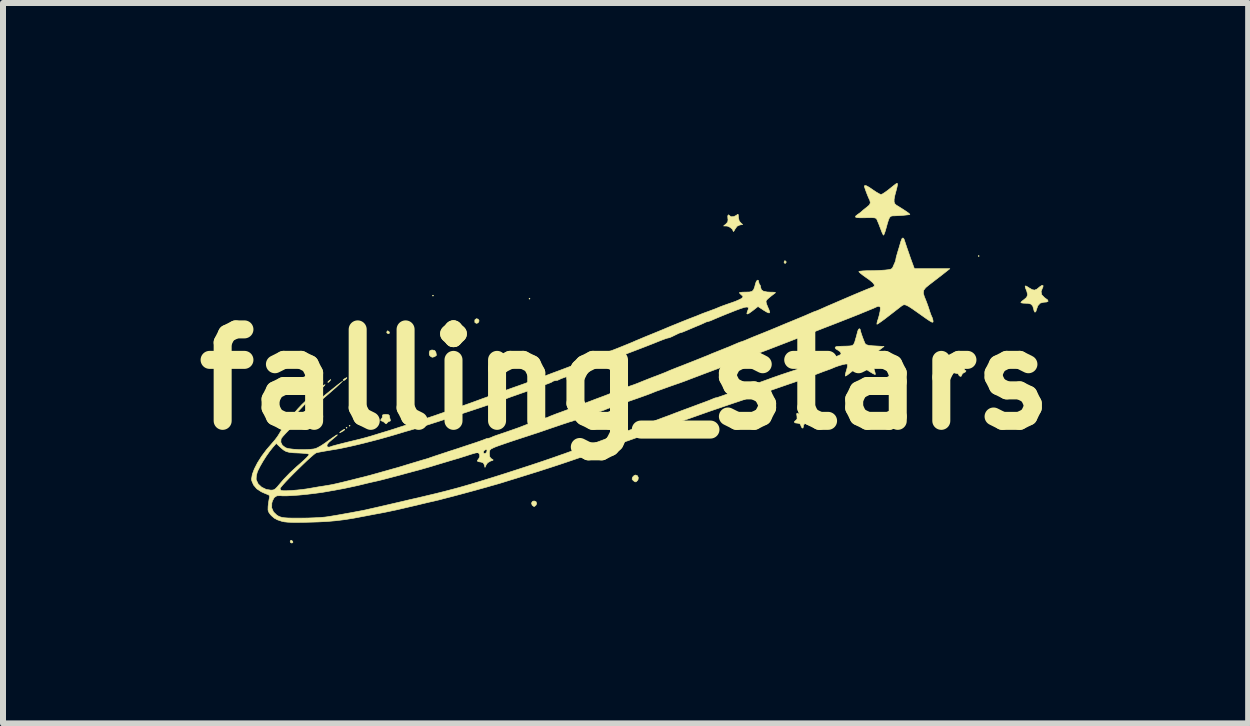
<source format=kicad_pcb>
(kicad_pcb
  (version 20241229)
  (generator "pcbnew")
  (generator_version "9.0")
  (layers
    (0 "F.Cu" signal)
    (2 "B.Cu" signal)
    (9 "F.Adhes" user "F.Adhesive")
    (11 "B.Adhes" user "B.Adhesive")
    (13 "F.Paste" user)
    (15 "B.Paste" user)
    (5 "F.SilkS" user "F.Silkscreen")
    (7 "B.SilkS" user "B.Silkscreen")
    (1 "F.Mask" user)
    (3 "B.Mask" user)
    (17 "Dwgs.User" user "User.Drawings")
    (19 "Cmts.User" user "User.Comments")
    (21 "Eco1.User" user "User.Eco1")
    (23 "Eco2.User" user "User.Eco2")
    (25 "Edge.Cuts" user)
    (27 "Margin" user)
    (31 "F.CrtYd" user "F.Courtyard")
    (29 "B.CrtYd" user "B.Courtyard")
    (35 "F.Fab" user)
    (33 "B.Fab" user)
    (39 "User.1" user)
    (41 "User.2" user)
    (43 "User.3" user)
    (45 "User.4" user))
  (footprint "falling_stars"
    (layer "F.Cu")
    (at 7.373 3.273)
    (property "Reference" "falling_stars" (at 0 0 0) (layer "F.SilkS") (effects (font (size 1.524 1.524) (thickness 0.3))))
    (attr through_hole)
    (fp_poly (pts (xy -5.215 0.279) (xy -5.224 0.288) (xy -5.232 0.279) (xy -5.224 0.271) (xy -5.215 0.279)) (stroke (width 0.01) (type solid)) (fill yes) (layer "F.SilkS"))
    (fp_poly (pts (xy -4.64 0.804) (xy -4.648 0.813) (xy -4.657 0.804) (xy -4.648 0.796) (xy -4.64 0.804)) (stroke (width 0.01) (type solid)) (fill yes) (layer "F.SilkS"))
    (fp_poly (pts (xy -4.589 -0.059) (xy -4.597 -0.051) (xy -4.606 -0.059) (xy -4.597 -0.068) (xy -4.589 -0.059)) (stroke (width 0.01) (type solid)) (fill yes) (layer "F.SilkS"))
    (fp_poly (pts (xy -4.589 0.77) (xy -4.597 0.779) (xy -4.606 0.77) (xy -4.597 0.762) (xy -4.589 0.77)) (stroke (width 0.01) (type solid)) (fill yes) (layer "F.SilkS"))
    (fp_poly (pts (xy -3.2 -1.397) (xy -3.209 -1.389) (xy -3.217 -1.397) (xy -3.209 -1.405) (xy -3.2 -1.397)) (stroke (width 0.01) (type solid)) (fill yes) (layer "F.SilkS"))
    (fp_poly (pts (xy -1.592 -1.346) (xy -1.6 -1.338) (xy -1.609 -1.346) (xy -1.6 -1.355) (xy -1.592 -1.346)) (stroke (width 0.01) (type solid)) (fill yes) (layer "F.SilkS"))
    (fp_poly (pts (xy 5.893 -2.057) (xy 5.884 -2.049) (xy 5.876 -2.057) (xy 5.884 -2.066) (xy 5.893 -2.057)) (stroke (width 0.01) (type solid)) (fill yes) (layer "F.SilkS"))
    (fp_poly (pts (xy -5.546 2.696) (xy -5.543 2.716) (xy -5.561 2.726) (xy -5.585 2.713) (xy -5.588 2.699) (xy -5.578 2.68) (xy -5.568 2.679) (xy -5.546 2.696)) (stroke (width 0.01) (type solid)) (fill yes) (layer "F.SilkS"))
    (fp_poly (pts (xy -3.937 -0.792) (xy -3.934 -0.772) (xy -3.953 -0.762) (xy -3.976 -0.776) (xy -3.979 -0.789) (xy -3.969 -0.809) (xy -3.959 -0.809) (xy -3.937 -0.792)) (stroke (width 0.01) (type solid)) (fill yes) (layer "F.SilkS"))
    (fp_poly (pts (xy -4.916 0.009) (xy -4.925 0.021) (xy -4.95 0.047) (xy -4.961 0.047) (xy -4.961 0.044) (xy -4.95 0.03) (xy -4.932 0.015) (xy -4.912 0.000128) (xy -4.916 0.009)) (stroke (width 0.01) (type solid)) (fill yes) (layer "F.SilkS"))
    (fp_poly (pts (xy -4.644 -0.025) (xy -4.655 -0.011) (xy -4.68 0.011) (xy -4.701 0.017) (xy -4.707 0.009) (xy -4.694 -0.004) (xy -4.669 -0.019) (xy -4.644 -0.032) (xy -4.644 -0.025)) (stroke (width 0.01) (type solid)) (fill yes) (layer "F.SilkS"))
    (fp_poly (pts (xy 2.677 -1.96) (xy 2.678 -1.956) (xy 2.665 -1.936) (xy 2.66 -1.934) (xy 2.644 -1.942) (xy 2.642 -1.956) (xy 2.65 -1.977) (xy 2.66 -1.978) (xy 2.677 -1.96)) (stroke (width 0.01) (type solid)) (fill yes) (layer "F.SilkS"))
    (fp_poly (pts (xy -4.679 0.837) (xy -4.701 0.855) (xy -4.745 0.88) (xy -4.75 0.882) (xy -4.765 0.888) (xy -4.752 0.874) (xy -4.741 0.865) (xy -4.707 0.841) (xy -4.683 0.83) (xy -4.682 0.83) (xy -4.679 0.837)) (stroke (width 0.01) (type solid)) (fill yes) (layer "F.SilkS"))
    (fp_poly (pts (xy -2.456 -1.005) (xy -2.441 -0.981) (xy -2.442 -0.97) (xy -2.458 -0.943) (xy -2.485 -0.935) (xy -2.508 -0.948) (xy -2.511 -0.953) (xy -2.511 -0.988) (xy -2.506 -0.999) (xy -2.483 -1.013) (xy -2.456 -1.005)) (stroke (width 0.01) (type solid)) (fill yes) (layer "F.SilkS"))
    (fp_poly (pts (xy -1.492 2.036) (xy -1.481 2.066) (xy -1.491 2.092) (xy -1.514 2.113) (xy -1.524 2.117) (xy -1.544 2.105) (xy -1.557 2.092) (xy -1.567 2.06) (xy -1.551 2.032) (xy -1.524 2.024) (xy -1.492 2.036)) (stroke (width 0.01) (type solid)) (fill yes) (layer "F.SilkS"))
    (fp_poly (pts (xy 0.199 1.605) (xy 0.213 1.637) (xy 0.207 1.672) (xy 0.197 1.685) (xy 0.175 1.705) (xy 0.158 1.705) (xy 0.13 1.686) (xy 0.109 1.661) (xy 0.116 1.631) (xy 0.118 1.627) (xy 0.145 1.599) (xy 0.169 1.592) (xy 0.199 1.605)) (stroke (width 0.01) (type solid)) (fill yes) (layer "F.SilkS"))
    (fp_poly (pts (xy -5.012 0.095) (xy -5.037 0.121) (xy -5.077 0.159) (xy -5.08 0.161) (xy -5.125 0.199) (xy -5.16 0.227) (xy -5.177 0.237) (xy -5.172 0.227) (xy -5.146 0.2) (xy -5.106 0.163) (xy -5.105 0.162) (xy -5.06 0.123) (xy -5.025 0.096) (xy -5.007 0.085) (xy -5.012 0.095)) (stroke (width 0.01) (type solid)) (fill yes) (layer "F.SilkS"))
    (fp_poly (pts (xy -3.18 -0.483) (xy -3.161 -0.454) (xy -3.159 -0.447) (xy -3.153 -0.413) (xy -3.153 -0.4) (xy -3.169 -0.389) (xy -3.183 -0.379) (xy -3.219 -0.37) (xy -3.243 -0.38) (xy -3.269 -0.408) (xy -3.271 -0.445) (xy -3.261 -0.479) (xy -3.234 -0.49) (xy -3.218 -0.491) (xy -3.18 -0.483)) (stroke (width 0.01) (type solid)) (fill yes) (layer "F.SilkS"))
    (fp_poly (pts (xy -3.954 0.585) (xy -3.936 0.6) (xy -3.935 0.608) (xy -3.927 0.647) (xy -3.921 0.665) (xy -3.918 0.69) (xy -3.929 0.694) (xy -3.956 0.707) (xy -3.97 0.721) (xy -3.988 0.739) (xy -4.005 0.73) (xy -4.012 0.721) (xy -4.041 0.699) (xy -4.058 0.694) (xy -4.079 0.684) (xy -4.075 0.663) (xy -4.063 0.651) (xy -4.05 0.627) (xy -4.051 0.612) (xy -4.049 0.592) (xy -4.024 0.584) (xy -3.997 0.582) (xy -3.954 0.585)) (stroke (width 0.01) (type solid)) (fill yes) (layer "F.SilkS"))
    (fp_poly (pts (xy 5.637 -0.233) (xy 5.639 -0.204) (xy 5.644 -0.168) (xy 5.655 -0.152) (xy 5.656 -0.152) (xy 5.673 -0.145) (xy 5.666 -0.128) (xy 5.641 -0.114) (xy 5.639 -0.114) (xy 5.611 -0.095) (xy 5.605 -0.078) (xy 5.592 -0.054) (xy 5.58 -0.051) (xy 5.557 -0.064) (xy 5.554 -0.076) (xy 5.539 -0.097) (xy 5.512 -0.102) (xy 5.478 -0.109) (xy 5.471 -0.127) (xy 5.493 -0.146) (xy 5.496 -0.147) (xy 5.515 -0.167) (xy 5.512 -0.198) (xy 5.509 -0.228) (xy 5.523 -0.233) (xy 5.536 -0.229) (xy 5.578 -0.228) (xy 5.604 -0.237) (xy 5.628 -0.246) (xy 5.637 -0.233)) (stroke (width 0.01) (type solid)) (fill yes) (layer "F.SilkS"))
    (fp_poly (pts (xy 1.878 -2.747) (xy 1.88 -2.712) (xy 1.88 -2.706) (xy 1.893 -2.644) (xy 1.915 -2.615) (xy 1.951 -2.582) (xy 1.903 -2.574) (xy 1.858 -2.553) (xy 1.825 -2.506) (xy 1.807 -2.474) (xy 1.797 -2.465) (xy 1.796 -2.468) (xy 1.78 -2.503) (xy 1.743 -2.535) (xy 1.699 -2.555) (xy 1.681 -2.557) (xy 1.634 -2.558) (xy 1.674 -2.592) (xy 1.702 -2.623) (xy 1.708 -2.66) (xy 1.705 -2.684) (xy 1.703 -2.725) (xy 1.713 -2.744) (xy 1.73 -2.734) (xy 1.736 -2.726) (xy 1.763 -2.711) (xy 1.803 -2.714) (xy 1.843 -2.733) (xy 1.849 -2.737) (xy 1.869 -2.753) (xy 1.878 -2.747)) (stroke (width 0.01) (type solid)) (fill yes) (layer "F.SilkS"))
    (fp_poly (pts (xy 3.012 0.557) (xy 3.014 0.59) (xy 3.014 0.599) (xy 3.025 0.652) (xy 3.052 0.683) (xy 3.09 0.709) (xy 3.047 0.71) (xy 2.996 0.724) (xy 2.967 0.758) (xy 2.963 0.782) (xy 2.957 0.809) (xy 2.942 0.808) (xy 2.926 0.782) (xy 2.923 0.77) (xy 2.907 0.739) (xy 2.873 0.728) (xy 2.861 0.728) (xy 2.822 0.722) (xy 2.812 0.705) (xy 2.834 0.683) (xy 2.839 0.68) (xy 2.858 0.658) (xy 2.857 0.617) (xy 2.856 0.612) (xy 2.851 0.572) (xy 2.86 0.561) (xy 2.89 0.573) (xy 2.898 0.577) (xy 2.933 0.585) (xy 2.972 0.569) (xy 2.973 0.568) (xy 3.001 0.552) (xy 3.012 0.557)) (stroke (width 0.01) (type solid)) (fill yes) (layer "F.SilkS"))
    (fp_poly (pts (xy 6.957 -1.565) (xy 6.955 -1.54) (xy 6.946 -1.523) (xy 6.924 -1.464) (xy 6.935 -1.411) (xy 6.98 -1.364) (xy 6.993 -1.355) (xy 7.033 -1.325) (xy 7.041 -1.303) (xy 7.016 -1.291) (xy 6.966 -1.287) (xy 6.909 -1.272) (xy 6.87 -1.229) (xy 6.85 -1.173) (xy 6.836 -1.13) (xy 6.821 -1.121) (xy 6.807 -1.145) (xy 6.801 -1.171) (xy 6.784 -1.226) (xy 6.755 -1.256) (xy 6.706 -1.269) (xy 6.67 -1.27) (xy 6.622 -1.272) (xy 6.592 -1.278) (xy 6.587 -1.283) (xy 6.6 -1.3) (xy 6.631 -1.325) (xy 6.638 -1.329) (xy 6.683 -1.368) (xy 6.699 -1.41) (xy 6.688 -1.464) (xy 6.681 -1.482) (xy 6.661 -1.534) (xy 6.659 -1.558) (xy 6.677 -1.556) (xy 6.718 -1.531) (xy 6.726 -1.525) (xy 6.777 -1.496) (xy 6.816 -1.489) (xy 6.856 -1.506) (xy 6.904 -1.546) (xy 6.938 -1.568) (xy 6.957 -1.565)) (stroke (width 0.01) (type solid)) (fill yes) (layer "F.SilkS"))
    (fp_poly (pts (xy 4.527 -3.267) (xy 4.53 -3.264) (xy 4.531 -3.245) (xy 4.523 -3.203) (xy 4.511 -3.156) (xy 4.487 -3.066) (xy 4.475 -3.002) (xy 4.475 -2.959) (xy 4.486 -2.929) (xy 4.509 -2.907) (xy 4.515 -2.903) (xy 4.604 -2.848) (xy 4.673 -2.803) (xy 4.718 -2.771) (xy 4.737 -2.753) (xy 4.737 -2.75) (xy 4.717 -2.745) (xy 4.673 -2.74) (xy 4.613 -2.734) (xy 4.546 -2.73) (xy 4.483 -2.727) (xy 4.468 -2.727) (xy 4.439 -2.725) (xy 4.417 -2.717) (xy 4.399 -2.698) (xy 4.383 -2.662) (xy 4.364 -2.603) (xy 4.341 -2.519) (xy 4.324 -2.462) (xy 4.309 -2.421) (xy 4.3 -2.405) (xy 4.299 -2.405) (xy 4.288 -2.419) (xy 4.271 -2.456) (xy 4.26 -2.485) (xy 4.22 -2.59) (xy 4.189 -2.663) (xy 4.183 -2.675) (xy 4.17 -2.687) (xy 4.145 -2.694) (xy 4.099 -2.697) (xy 4.027 -2.696) (xy 3.998 -2.695) (xy 3.912 -2.694) (xy 3.857 -2.697) (xy 3.832 -2.706) (xy 3.834 -2.722) (xy 3.862 -2.745) (xy 3.873 -2.753) (xy 3.911 -2.78) (xy 3.937 -2.802) (xy 3.96 -2.823) (xy 3.999 -2.854) (xy 4.017 -2.868) (xy 4.063 -2.907) (xy 4.079 -2.943) (xy 4.071 -2.982) (xy 4.066 -2.993) (xy 4.049 -3.029) (xy 4.028 -3.08) (xy 4.007 -3.135) (xy 3.99 -3.183) (xy 3.98 -3.215) (xy 3.979 -3.22) (xy 3.988 -3.233) (xy 4.015 -3.227) (xy 4.063 -3.2) (xy 4.124 -3.158) (xy 4.178 -3.122) (xy 4.225 -3.095) (xy 4.254 -3.082) (xy 4.257 -3.082) (xy 4.282 -3.092) (xy 4.324 -3.119) (xy 4.375 -3.156) (xy 4.381 -3.161) (xy 4.443 -3.211) (xy 4.484 -3.243) (xy 4.508 -3.261) (xy 4.521 -3.268) (xy 4.527 -3.267)) (stroke (width 0.01) (type solid)) (fill yes) (layer "F.SilkS"))
    (fp_poly (pts (xy 4.64 -2.339) (xy 4.654 -2.298) (xy 4.667 -2.258) (xy 4.688 -2.195) (xy 4.715 -2.118) (xy 4.742 -2.039) (xy 4.769 -1.964) (xy 4.791 -1.905) (xy 4.795 -1.892) (xy 4.813 -1.846) (xy 5.404 -1.846) (xy 5.28 -1.748) (xy 5.21 -1.694) (xy 5.136 -1.637) (xy 5.071 -1.587) (xy 5.059 -1.578) (xy 5 -1.529) (xy 4.968 -1.486) (xy 4.962 -1.438) (xy 4.979 -1.379) (xy 4.993 -1.346) (xy 5.015 -1.291) (xy 5.04 -1.222) (xy 5.055 -1.177) (xy 5.073 -1.121) (xy 5.089 -1.077) (xy 5.097 -1.058) (xy 5.11 -1.03) (xy 5.121 -0.993) (xy 5.125 -0.967) (xy 5.121 -0.954) (xy 5.104 -0.956) (xy 5.071 -0.974) (xy 5.018 -1.009) (xy 4.943 -1.062) (xy 4.847 -1.13) (xy 4.774 -1.181) (xy 4.72 -1.216) (xy 4.682 -1.236) (xy 4.654 -1.245) (xy 4.633 -1.244) (xy 4.614 -1.235) (xy 4.601 -1.226) (xy 4.572 -1.204) (xy 4.523 -1.166) (xy 4.46 -1.117) (xy 4.39 -1.063) (xy 4.377 -1.053) (xy 4.311 -1.002) (xy 4.254 -0.961) (xy 4.212 -0.932) (xy 4.19 -0.92) (xy 4.189 -0.92) (xy 4.189 -0.938) (xy 4.199 -0.978) (xy 4.207 -1.001) (xy 4.226 -1.066) (xy 4.241 -1.134) (xy 4.243 -1.147) (xy 4.246 -1.198) (xy 4.231 -1.22) (xy 4.196 -1.216) (xy 4.17 -1.204) (xy 4.142 -1.191) (xy 4.101 -1.174) (xy 4.04 -1.149) (xy 4.009 -1.136) (xy 3.967 -1.119) (xy 3.916 -1.098) (xy 3.912 -1.096) (xy 3.893 -1.088) (xy 3.862 -1.076) (xy 3.817 -1.058) (xy 3.756 -1.034) (xy 3.677 -1.003) (xy 3.578 -0.964) (xy 3.458 -0.917) (xy 3.315 -0.862) (xy 3.147 -0.796) (xy 2.952 -0.721) (xy 2.728 -0.634) (xy 2.557 -0.568) (xy 2.482 -0.539) (xy 2.389 -0.503) (xy 2.288 -0.465) (xy 2.201 -0.432) (xy 2.12 -0.401) (xy 2.047 -0.374) (xy 1.991 -0.352) (xy 1.959 -0.339) (xy 1.956 -0.338) (xy 1.928 -0.327) (xy 1.875 -0.307) (xy 1.805 -0.281) (xy 1.725 -0.251) (xy 1.714 -0.247) (xy 1.609 -0.207) (xy 1.489 -0.163) (xy 1.372 -0.119) (xy 1.3 -0.092) (xy 1.219 -0.061) (xy 1.147 -0.034) (xy 1.092 -0.013) (xy 1.06 -0.001) (xy 1.058 0.000217) (xy 1.027 0.012) (xy 0.974 0.032) (xy 0.908 0.056) (xy 0.881 0.065) (xy 0.752 0.11) (xy 0.652 0.146) (xy 0.577 0.173) (xy 0.522 0.192) (xy 0.484 0.207) (xy 0.459 0.217) (xy 0.449 0.221) (xy 0.417 0.234) (xy 0.359 0.256) (xy 0.281 0.284) (xy 0.191 0.316) (xy 0.093 0.35) (xy -0.006 0.384) (xy -0.099 0.416) (xy -0.127 0.425) (xy -0.2 0.451) (xy -0.267 0.474) (xy -0.317 0.493) (xy -0.33 0.499) (xy -0.365 0.513) (xy -0.425 0.535) (xy -0.501 0.561) (xy -0.585 0.589) (xy -0.593 0.591) (xy -0.675 0.619) (xy -0.748 0.643) (xy -0.804 0.663) (xy -0.836 0.675) (xy -0.838 0.676) (xy -0.883 0.693) (xy -0.906 0.7) (xy -0.929 0.706) (xy -0.971 0.72) (xy -1.036 0.741) (xy -1.124 0.771) (xy -1.239 0.81) (xy -1.384 0.86) (xy -1.422 0.873) (xy -1.463 0.887) (xy -1.528 0.908) (xy -1.613 0.936) (xy -1.711 0.968) (xy -1.812 1.001) (xy -1.915 1.035) (xy -2.011 1.068) (xy -2.095 1.097) (xy -2.159 1.12) (xy -2.197 1.136) (xy -2.241 1.158) (xy -2.262 1.18) (xy -2.269 1.214) (xy -2.269 1.235) (xy -2.264 1.285) (xy -2.245 1.314) (xy -2.231 1.323) (xy -2.207 1.338) (xy -2.209 1.347) (xy -2.242 1.357) (xy -2.245 1.357) (xy -2.297 1.387) (xy -2.32 1.418) (xy -2.342 1.465) (xy -2.353 1.422) (xy -2.37 1.39) (xy -2.407 1.376) (xy -2.418 1.375) (xy -2.459 1.368) (xy -2.47 1.354) (xy -2.452 1.327) (xy -2.445 1.319) (xy -2.429 1.284) (xy -2.432 1.247) (xy -2.452 1.223) (xy -2.468 1.219) (xy -2.498 1.224) (xy -2.548 1.238) (xy -2.59 1.251) (xy -2.663 1.275) (xy -2.743 1.3) (xy -2.777 1.311) (xy -2.846 1.331) (xy -2.927 1.355) (xy -2.98 1.371) (xy -3.114 1.411) (xy -3.219 1.443) (xy -3.3 1.467) (xy -3.36 1.484) (xy -3.405 1.497) (xy -3.437 1.506) (xy -3.437 1.506) (xy -3.482 1.518) (xy -3.547 1.535) (xy -3.619 1.555) (xy -3.632 1.558) (xy -3.77 1.596) (xy -3.881 1.625) (xy -3.972 1.649) (xy -4.049 1.669) (xy -4.118 1.686) (xy -4.184 1.701) (xy -4.225 1.71) (xy -4.29 1.725) (xy -4.356 1.741) (xy -4.36 1.742) (xy -4.462 1.767) (xy -4.578 1.792) (xy -4.69 1.816) (xy -4.767 1.83) (xy -4.84 1.844) (xy -4.916 1.857) (xy -4.953 1.864) (xy -5.065 1.883) (xy -5.187 1.899) (xy -5.313 1.914) (xy -5.436 1.926) (xy -5.549 1.934) (xy -5.646 1.939) (xy -5.719 1.939) (xy -5.748 1.936) (xy -5.809 1.938) (xy -5.853 1.966) (xy -5.883 2.022) (xy -5.894 2.06) (xy -5.896 2.138) (xy -5.866 2.207) (xy -5.809 2.262) (xy -5.783 2.277) (xy -5.755 2.289) (xy -5.724 2.298) (xy -5.684 2.304) (xy -5.63 2.308) (xy -5.555 2.31) (xy -5.455 2.31) (xy -5.41 2.31) (xy -5.3 2.309) (xy -5.191 2.305) (xy -5.091 2.3) (xy -5.01 2.293) (xy -4.97 2.288) (xy -4.89 2.275) (xy -4.794 2.259) (xy -4.688 2.24) (xy -4.581 2.221) (xy -4.481 2.202) (xy -4.394 2.186) (xy -4.33 2.173) (xy -4.31 2.168) (xy -4.146 2.131) (xy -3.951 2.086) (xy -3.722 2.033) (xy -3.675 2.022) (xy -3.596 2.003) (xy -3.512 1.984) (xy -3.463 1.973) (xy -3.312 1.937) (xy -3.156 1.9) (xy -3.005 1.862) (xy -2.868 1.826) (xy -2.753 1.795) (xy -2.743 1.792) (xy -2.587 1.747) (xy -2.406 1.692) (xy -2.208 1.631) (xy -1.999 1.565) (xy -1.786 1.496) (xy -1.577 1.428) (xy -1.379 1.362) (xy -1.198 1.3) (xy -1.043 1.245) (xy -1.041 1.245) (xy -0.953 1.213) (xy -0.86 1.18) (xy -0.776 1.151) (xy -0.745 1.141) (xy -0.623 1.098) (xy -0.47 1.043) (xy -0.288 0.976) (xy -0.135 0.919) (xy -0.054 0.889) (xy 0.027 0.859) (xy 0.095 0.834) (xy 0.119 0.826) (xy 0.176 0.805) (xy 0.224 0.787) (xy 0.246 0.779) (xy 0.275 0.767) (xy 0.328 0.747) (xy 0.396 0.722) (xy 0.449 0.702) (xy 0.53 0.672) (xy 0.631 0.634) (xy 0.74 0.594) (xy 0.843 0.554) (xy 0.855 0.55) (xy 0.957 0.511) (xy 1.066 0.471) (xy 1.168 0.433) (xy 1.253 0.401) (xy 1.262 0.398) (xy 1.335 0.371) (xy 1.398 0.347) (xy 1.443 0.328) (xy 1.46 0.321) (xy 1.495 0.307) (xy 1.511 0.305) (xy 1.534 0.299) (xy 1.581 0.283) (xy 1.646 0.26) (xy 1.722 0.233) (xy 1.801 0.203) (xy 1.877 0.173) (xy 1.888 0.168) (xy 1.921 0.156) (xy 1.975 0.138) (xy 2.032 0.118) (xy 2.105 0.094) (xy 2.189 0.065) (xy 2.273 0.035) (xy 2.348 0.008) (xy 2.403 -0.012) (xy 2.413 -0.016) (xy 2.449 -0.029) (xy 2.509 -0.05) (xy 2.595 -0.08) (xy 2.709 -0.118) (xy 2.852 -0.165) (xy 3.024 -0.222) (xy 3.107 -0.249) (xy 3.244 -0.294) (xy 3.353 -0.33) (xy 3.436 -0.358) (xy 3.497 -0.379) (xy 3.539 -0.394) (xy 3.566 -0.406) (xy 3.582 -0.415) (xy 3.588 -0.423) (xy 3.59 -0.43) (xy 3.59 -0.438) (xy 3.576 -0.463) (xy 3.541 -0.487) (xy 3.538 -0.489) (xy 3.505 -0.509) (xy 3.493 -0.529) (xy 3.493 -0.531) (xy 3.498 -0.54) (xy 3.51 -0.547) (xy 3.535 -0.551) (xy 3.579 -0.553) (xy 3.648 -0.555) (xy 3.688 -0.556) (xy 3.743 -0.559) (xy 3.779 -0.566) (xy 3.802 -0.586) (xy 3.819 -0.624) (xy 3.837 -0.687) (xy 3.842 -0.703) (xy 3.856 -0.756) (xy 3.868 -0.802) (xy 3.87 -0.809) (xy 3.884 -0.838) (xy 3.901 -0.846) (xy 3.911 -0.83) (xy 3.912 -0.824) (xy 3.918 -0.797) (xy 3.933 -0.749) (xy 3.953 -0.693) (xy 3.975 -0.637) (xy 3.994 -0.594) (xy 3.995 -0.593) (xy 4.013 -0.579) (xy 4.053 -0.568) (xy 4.12 -0.561) (xy 4.158 -0.559) (xy 4.307 -0.55) (xy 4.21 -0.476) (xy 4.148 -0.426) (xy 4.111 -0.387) (xy 4.094 -0.351) (xy 4.097 -0.307) (xy 4.115 -0.247) (xy 4.124 -0.22) (xy 4.145 -0.16) (xy 4.158 -0.113) (xy 4.163 -0.086) (xy 4.162 -0.084) (xy 4.147 -0.086) (xy 4.112 -0.104) (xy 4.063 -0.134) (xy 4.048 -0.144) (xy 3.992 -0.181) (xy 3.944 -0.207) (xy 3.911 -0.22) (xy 3.908 -0.22) (xy 3.88 -0.21) (xy 3.836 -0.182) (xy 3.784 -0.143) (xy 3.773 -0.135) (xy 3.724 -0.096) (xy 3.686 -0.068) (xy 3.664 -0.057) (xy 3.662 -0.058) (xy 3.662 -0.077) (xy 3.671 -0.118) (xy 3.682 -0.154) (xy 3.696 -0.207) (xy 3.699 -0.245) (xy 3.696 -0.256) (xy 3.673 -0.259) (xy 3.628 -0.25) (xy 3.569 -0.234) (xy 3.504 -0.212) (xy 3.446 -0.188) (xy 3.407 -0.172) (xy 3.357 -0.154) (xy 3.353 -0.152) (xy 3.303 -0.135) (xy 3.262 -0.119) (xy 3.26 -0.118) (xy 3.228 -0.106) (xy 3.175 -0.086) (xy 3.111 -0.063) (xy 3.099 -0.059) (xy 3.034 -0.035) (xy 2.978 -0.014) (xy 2.942 -0.000344) (xy 2.938 0.001) (xy 2.901 0.015) (xy 2.849 0.033) (xy 2.828 0.04) (xy 2.788 0.054) (xy 2.723 0.076) (xy 2.639 0.105) (xy 2.541 0.139) (xy 2.438 0.175) (xy 2.43 0.178) (xy 2.304 0.222) (xy 2.163 0.271) (xy 2.019 0.32) (xy 1.887 0.365) (xy 1.812 0.39) (xy 1.676 0.436) (xy 1.542 0.482) (xy 1.404 0.529) (xy 1.254 0.582) (xy 1.085 0.642) (xy 0.94 0.693) (xy 0.861 0.721) (xy 0.767 0.755) (xy 0.672 0.789) (xy 0.635 0.802) (xy 0.54 0.836) (xy 0.434 0.875) (xy 0.335 0.912) (xy 0.305 0.923) (xy 0.224 0.954) (xy 0.143 0.984) (xy 0.075 1.008) (xy 0.051 1.017) (xy -0.045 1.049) (xy -0.139 1.082) (xy -0.225 1.113) (xy -0.298 1.139) (xy -0.352 1.16) (xy -0.382 1.173) (xy -0.385 1.176) (xy -0.409 1.184) (xy -0.426 1.185) (xy -0.468 1.194) (xy -0.487 1.202) (xy -0.515 1.214) (xy -0.571 1.235) (xy -0.65 1.263) (xy -0.748 1.297) (xy -0.859 1.335) (xy -0.979 1.376) (xy -1.104 1.418) (xy -1.229 1.459) (xy -1.35 1.498) (xy -1.461 1.534) (xy -1.507 1.548) (xy -1.683 1.603) (xy -1.834 1.65) (xy -1.958 1.688) (xy -2.054 1.718) (xy -2.12 1.738) (xy -2.156 1.748) (xy -2.159 1.749) (xy -2.191 1.758) (xy -2.245 1.773) (xy -2.31 1.792) (xy -2.32 1.795) (xy -2.4 1.817) (xy -2.5 1.845) (xy -2.611 1.875) (xy -2.729 1.907) (xy -2.845 1.938) (xy -2.953 1.966) (xy -3.046 1.99) (xy -3.118 2.009) (xy -3.15 2.016) (xy -3.186 2.025) (xy -3.249 2.039) (xy -3.33 2.058) (xy -3.422 2.08) (xy -3.471 2.092) (xy -3.608 2.124) (xy -3.719 2.15) (xy -3.809 2.171) (xy -3.886 2.187) (xy -3.956 2.202) (xy -4.024 2.216) (xy -4.099 2.23) (xy -4.132 2.236) (xy -4.186 2.246) (xy -4.259 2.26) (xy -4.336 2.275) (xy -4.343 2.276) (xy -4.521 2.31) (xy -4.676 2.335) (xy -4.822 2.353) (xy -4.968 2.366) (xy -5.126 2.374) (xy -5.3 2.379) (xy -5.438 2.381) (xy -5.545 2.381) (xy -5.627 2.378) (xy -5.686 2.372) (xy -5.724 2.364) (xy -5.799 2.339) (xy -5.852 2.311) (xy -5.896 2.273) (xy -5.918 2.25) (xy -5.945 2.211) (xy -5.957 2.175) (xy -5.956 2.124) (xy -5.955 2.109) (xy -5.948 2.049) (xy -5.939 1.995) (xy -5.935 1.977) (xy -5.931 1.941) (xy -5.947 1.923) (xy -5.954 1.92) (xy -5.987 1.907) (xy -6.037 1.886) (xy -6.071 1.87) (xy -6.144 1.822) (xy -6.198 1.758) (xy -6.228 1.688) (xy -6.231 1.66) (xy -6.155 1.66) (xy -6.153 1.673) (xy -6.121 1.741) (xy -6.063 1.795) (xy -5.987 1.832) (xy -5.908 1.844) (xy -5.869 1.841) (xy -5.837 1.824) (xy -5.801 1.788) (xy -5.79 1.774) (xy -5.697 1.665) (xy -5.595 1.559) (xy -5.476 1.449) (xy -5.422 1.402) (xy -5.362 1.348) (xy -5.314 1.302) (xy -5.282 1.267) (xy -5.271 1.248) (xy -5.271 1.248) (xy -5.29 1.239) (xy -5.337 1.232) (xy -5.407 1.227) (xy -5.449 1.225) (xy -5.541 1.221) (xy -5.607 1.213) (xy -5.657 1.199) (xy -5.7 1.174) (xy -5.745 1.136) (xy -5.759 1.123) (xy -5.82 1.065) (xy -5.876 1.129) (xy -5.928 1.194) (xy -5.984 1.273) (xy -6.039 1.359) (xy -6.087 1.442) (xy -6.123 1.513) (xy -6.137 1.546) (xy -6.152 1.607) (xy -6.155 1.66) (xy -6.231 1.66) (xy -6.231 1.654) (xy -6.219 1.581) (xy -6.185 1.491) (xy -6.133 1.389) (xy -6.064 1.28) (xy -5.982 1.17) (xy -5.893 1.067) (xy -5.844 1.01) (xy -5.8 0.952) (xy -5.771 0.906) (xy -5.728 0.833) (xy -5.67 0.749) (xy -5.603 0.66) (xy -5.53 0.57) (xy -5.457 0.486) (xy -5.388 0.413) (xy -5.327 0.356) (xy -5.28 0.321) (xy -5.276 0.319) (xy -5.264 0.314) (xy -5.264 0.321) (xy -5.28 0.342) (xy -5.312 0.378) (xy -5.363 0.434) (xy -5.435 0.511) (xy -5.45 0.527) (xy -5.513 0.597) (xy -5.563 0.658) (xy -5.594 0.706) (xy -5.605 0.733) (xy -5.594 0.738) (xy -5.563 0.723) (xy -5.517 0.69) (xy -5.46 0.643) (xy -5.443 0.628) (xy -5.391 0.581) (xy -5.34 0.536) (xy -5.308 0.508) (xy -5.242 0.453) (xy -5.164 0.388) (xy -5.079 0.319) (xy -4.995 0.25) (xy -4.917 0.187) (xy -4.851 0.134) (xy -4.805 0.097) (xy -4.801 0.094) (xy -4.716 0.029) (xy -4.785 0.095) (xy -4.827 0.134) (xy -4.887 0.186) (xy -4.954 0.245) (xy -5.004 0.288) (xy -5.111 0.38) (xy -5.219 0.475) (xy -5.325 0.571) (xy -5.426 0.665) (xy -5.518 0.752) (xy -5.599 0.831) (xy -5.664 0.898) (xy -5.711 0.95) (xy -5.737 0.984) (xy -5.74 0.991) (xy -5.744 1.045) (xy -5.719 1.096) (xy -5.667 1.136) (xy -5.658 1.14) (xy -5.609 1.153) (xy -5.536 1.162) (xy -5.449 1.168) (xy -5.357 1.169) (xy -5.27 1.166) (xy -5.197 1.158) (xy -5.165 1.151) (xy -5.127 1.134) (xy -5.07 1.102) (xy -5.004 1.058) (xy -4.956 1.023) (xy -4.887 0.974) (xy -4.837 0.94) (xy -4.808 0.923) (xy -4.8 0.923) (xy -4.817 0.94) (xy -4.859 0.976) (xy -4.886 0.998) (xy -4.944 1.048) (xy -4.973 1.086) (xy -4.975 1.112) (xy -4.962 1.126) (xy -4.935 1.127) (xy -4.916 1.121) (xy -4.889 1.111) (xy -4.836 1.096) (xy -4.763 1.077) (xy -4.676 1.055) (xy -4.623 1.042) (xy -4.512 1.015) (xy -4.426 0.994) (xy -4.357 0.976) (xy -4.299 0.96) (xy -4.243 0.944) (xy -4.199 0.93) (xy -4.165 0.92) (xy -4.107 0.902) (xy -4.038 0.881) (xy -4.005 0.871) (xy -3.942 0.852) (xy -3.857 0.825) (xy -3.756 0.792) (xy -3.644 0.756) (xy -3.525 0.717) (xy -3.405 0.677) (xy -3.288 0.638) (xy -3.18 0.602) (xy -3.086 0.569) (xy -3.01 0.543) (xy -2.958 0.525) (xy -2.938 0.517) (xy -2.891 0.499) (xy -2.83 0.478) (xy -2.802 0.469) (xy -2.75 0.451) (xy -2.677 0.426) (xy -2.595 0.397) (xy -2.548 0.38) (xy -2.471 0.352) (xy -2.385 0.32) (xy -2.287 0.285) (xy -2.172 0.244) (xy -2.037 0.195) (xy -1.875 0.137) (xy -1.778 0.103) (xy -1.686 0.07) (xy -1.592 0.035) (xy -1.506 0.003) (xy -1.456 -0.016) (xy -1.388 -0.042) (xy -1.3 -0.075) (xy -1.205 -0.111) (xy -1.126 -0.14) (xy -0.938 -0.211) (xy -0.755 -0.28) (xy -0.581 -0.347) (xy -0.417 -0.41) (xy -0.268 -0.467) (xy -0.137 -0.518) (xy -0.028 -0.562) (xy 0.058 -0.597) (xy 0.116 -0.621) (xy 0.127 -0.626) (xy 0.17 -0.645) (xy 0.235 -0.672) (xy 0.313 -0.705) (xy 0.389 -0.736) (xy 0.47 -0.769) (xy 0.543 -0.799) (xy 0.601 -0.823) (xy 0.635 -0.837) (xy 0.689 -0.86) (xy 0.761 -0.89) (xy 0.843 -0.923) (xy 0.928 -0.958) (xy 1.006 -0.989) (xy 1.071 -1.015) (xy 1.114 -1.031) (xy 1.118 -1.033) (xy 1.174 -1.054) (xy 1.227 -1.076) (xy 1.228 -1.076) (xy 1.271 -1.094) (xy 1.332 -1.117) (xy 1.38 -1.134) (xy 1.441 -1.157) (xy 1.495 -1.177) (xy 1.524 -1.189) (xy 1.572 -1.209) (xy 1.616 -1.226) (xy 1.666 -1.244) (xy 1.734 -1.268) (xy 1.77 -1.28) (xy 1.836 -1.304) (xy 1.893 -1.329) (xy 1.93 -1.348) (xy 1.936 -1.352) (xy 1.957 -1.374) (xy 1.952 -1.39) (xy 1.932 -1.408) (xy 1.906 -1.432) (xy 1.897 -1.446) (xy 1.912 -1.451) (xy 1.952 -1.455) (xy 2.007 -1.456) (xy 2.069 -1.458) (xy 2.109 -1.469) (xy 2.134 -1.495) (xy 2.152 -1.542) (xy 2.166 -1.599) (xy 2.18 -1.636) (xy 2.198 -1.655) (xy 2.213 -1.651) (xy 2.218 -1.628) (xy 2.226 -1.595) (xy 2.235 -1.583) (xy 2.248 -1.56) (xy 2.252 -1.532) (xy 2.263 -1.495) (xy 2.297 -1.471) (xy 2.358 -1.458) (xy 2.416 -1.455) (xy 2.471 -1.454) (xy 2.496 -1.451) (xy 2.496 -1.444) (xy 2.477 -1.429) (xy 2.473 -1.426) (xy 2.431 -1.394) (xy 2.385 -1.356) (xy 2.381 -1.353) (xy 2.349 -1.322) (xy 2.34 -1.297) (xy 2.348 -1.262) (xy 2.352 -1.251) (xy 2.373 -1.2) (xy 2.392 -1.157) (xy 2.392 -1.156) (xy 2.403 -1.12) (xy 2.392 -1.108) (xy 2.358 -1.12) (xy 2.299 -1.155) (xy 2.298 -1.156) (xy 2.207 -1.216) (xy 2.119 -1.147) (xy 2.064 -1.107) (xy 2.032 -1.091) (xy 2.021 -1.098) (xy 2.029 -1.128) (xy 2.034 -1.141) (xy 2.047 -1.177) (xy 2.045 -1.199) (xy 2.026 -1.208) (xy 1.986 -1.203) (xy 1.922 -1.183) (xy 1.832 -1.15) (xy 1.775 -1.127) (xy 1.684 -1.091) (xy 1.598 -1.056) (xy 1.526 -1.026) (xy 1.474 -1.004) (xy 1.461 -0.998) (xy 1.414 -0.978) (xy 1.38 -0.967) (xy 1.372 -0.965) (xy 1.343 -0.958) (xy 1.325 -0.949) (xy 1.295 -0.935) (xy 1.244 -0.912) (xy 1.185 -0.888) (xy 1.116 -0.859) (xy 1.048 -0.83) (xy 1.003 -0.811) (xy 0.957 -0.792) (xy 0.923 -0.78) (xy 0.915 -0.779) (xy 0.892 -0.772) (xy 0.851 -0.752) (xy 0.82 -0.737) (xy 0.771 -0.713) (xy 0.733 -0.697) (xy 0.719 -0.694) (xy 0.689 -0.687) (xy 0.629 -0.666) (xy 0.54 -0.631) (xy 0.466 -0.601) (xy 0.43 -0.587) (xy 0.371 -0.564) (xy 0.297 -0.535) (xy 0.229 -0.509) (xy 0.143 -0.476) (xy 0.056 -0.443) (xy -0.018 -0.414) (xy -0.059 -0.398) (xy -0.109 -0.379) (xy -0.184 -0.35) (xy -0.277 -0.314) (xy -0.383 -0.274) (xy -0.495 -0.231) (xy -0.606 -0.188) (xy -0.711 -0.148) (xy -0.802 -0.113) (xy -0.855 -0.093) (xy -0.922 -0.068) (xy -0.988 -0.045) (xy -1.024 -0.032) (xy -1.071 -0.015) (xy -1.103 0.000022) (xy -1.108 0.003) (xy -1.137 0.015) (xy -1.16 0.017) (xy -1.196 0.024) (xy -1.212 0.032) (xy -1.236 0.047) (xy -1.28 0.065) (xy -1.304 0.074) (xy -1.406 0.109) (xy -1.495 0.141) (xy -1.565 0.166) (xy -1.611 0.183) (xy -1.617 0.186) (xy -1.658 0.202) (xy -1.702 0.217) (xy -1.767 0.24) (xy -1.841 0.266) (xy -1.915 0.292) (xy -1.979 0.316) (xy -2.026 0.333) (xy -2.04 0.339) (xy -2.065 0.348) (xy -2.118 0.367) (xy -2.194 0.392) (xy -2.29 0.425) (xy -2.4 0.462) (xy -2.52 0.502) (xy -2.647 0.544) (xy -2.775 0.586) (xy -2.9 0.628) (xy -3.019 0.667) (xy -3.126 0.702) (xy -3.217 0.731) (xy -3.288 0.754) (xy -3.327 0.766) (xy -3.413 0.792) (xy -3.508 0.821) (xy -3.59 0.845) (xy -3.664 0.866) (xy -3.736 0.888) (xy -3.792 0.905) (xy -3.793 0.905) (xy -3.856 0.924) (xy -3.939 0.948) (xy -4.031 0.974) (xy -4.12 0.999) (xy -4.183 1.015) (xy -4.24 1.03) (xy -4.303 1.046) (xy -4.31 1.048) (xy -4.398 1.07) (xy -4.498 1.094) (xy -4.599 1.117) (xy -4.692 1.137) (xy -4.764 1.152) (xy -4.775 1.154) (xy -4.839 1.165) (xy -4.919 1.178) (xy -5 1.192) (xy -5.007 1.193) (xy -5.073 1.205) (xy -5.126 1.215) (xy -5.156 1.223) (xy -5.16 1.225) (xy -5.194 1.25) (xy -5.245 1.294) (xy -5.308 1.351) (xy -5.378 1.418) (xy -5.453 1.491) (xy -5.528 1.565) (xy -5.599 1.637) (xy -5.661 1.702) (xy -5.711 1.757) (xy -5.744 1.797) (xy -5.757 1.818) (xy -5.757 1.818) (xy -5.745 1.845) (xy -5.736 1.85) (xy -5.703 1.854) (xy -5.644 1.854) (xy -5.568 1.85) (xy -5.482 1.843) (xy -5.394 1.834) (xy -5.313 1.823) (xy -5.283 1.818) (xy -5.201 1.804) (xy -5.116 1.789) (xy -5.045 1.778) (xy -5.038 1.777) (xy -4.963 1.765) (xy -4.891 1.752) (xy -4.813 1.735) (xy -4.72 1.713) (xy -4.606 1.685) (xy -4.526 1.665) (xy -4.452 1.646) (xy -4.394 1.632) (xy -4.369 1.626) (xy -4.319 1.613) (xy -4.254 1.596) (xy -4.208 1.583) (xy -4.143 1.565) (xy -4.083 1.548) (xy -4.051 1.539) (xy -3.994 1.523) (xy -3.937 1.507) (xy -3.878 1.49) (xy -3.823 1.475) (xy -3.785 1.464) (xy -3.724 1.446) (xy -3.647 1.422) (xy -3.564 1.397) (xy -3.484 1.373) (xy -3.412 1.351) (xy -3.358 1.335) (xy -3.328 1.327) (xy -3.327 1.326) (xy -3.282 1.313) (xy -3.26 1.304) (xy -3.235 1.296) (xy -3.183 1.278) (xy -3.107 1.253) (xy -3.014 1.222) (xy -2.977 1.21) (xy -2.371 1.21) (xy -2.36 1.232) (xy -2.337 1.233) (xy -2.315 1.214) (xy -2.313 1.208) (xy -2.308 1.181) (xy -2.31 1.172) (xy -2.333 1.169) (xy -2.358 1.185) (xy -2.371 1.209) (xy -2.371 1.21) (xy -2.977 1.21) (xy -2.907 1.187) (xy -2.802 1.153) (xy -2.688 1.115) (xy -2.582 1.08) (xy -2.491 1.05) (xy -2.419 1.025) (xy -2.37 1.007) (xy -2.35 0.999) (xy -2.312 0.984) (xy -2.294 0.982) (xy -2.258 0.974) (xy -2.239 0.966) (xy -2.206 0.951) (xy -2.155 0.932) (xy -2.134 0.925) (xy -2.072 0.904) (xy -1.998 0.879) (xy -1.918 0.851) (xy -1.841 0.824) (xy -1.776 0.801) (xy -1.731 0.784) (xy -1.719 0.779) (xy -1.665 0.758) (xy -1.598 0.732) (xy -1.526 0.705) (xy -1.456 0.68) (xy -1.397 0.66) (xy -1.356 0.647) (xy -1.341 0.643) (xy -1.309 0.636) (xy -1.291 0.628) (xy -1.263 0.615) (xy -1.212 0.595) (xy -1.145 0.569) (xy -1.092 0.55) (xy -1.019 0.523) (xy -0.954 0.499) (xy -0.907 0.481) (xy -0.889 0.474) (xy -0.85 0.459) (xy -0.8 0.441) (xy -0.796 0.44) (xy -0.753 0.424) (xy -0.69 0.401) (xy -0.618 0.373) (xy -0.593 0.364) (xy -0.513 0.333) (xy -0.43 0.302) (xy -0.36 0.276) (xy -0.347 0.271) (xy -0.29 0.249) (xy -0.243 0.23) (xy -0.22 0.219) (xy -0.198 0.206) (xy -0.175 0.196) (xy -0.138 0.184) (xy -0.085 0.168) (xy -0.035 0.153) (xy 0.000313 0.14) (xy 0.008 0.136) (xy 0.034 0.124) (xy 0.078 0.108) (xy 0.093 0.103) (xy 0.148 0.084) (xy 0.215 0.058) (xy 0.254 0.042) (xy 0.316 0.017) (xy 0.394 -0.014) (xy 0.474 -0.045) (xy 0.486 -0.049) (xy 0.559 -0.077) (xy 0.628 -0.104) (xy 0.68 -0.125) (xy 0.689 -0.129) (xy 0.739 -0.151) (xy 0.781 -0.168) (xy 0.787 -0.17) (xy 0.814 -0.181) (xy 0.867 -0.202) (xy 0.938 -0.229) (xy 1.021 -0.262) (xy 1.067 -0.28) (xy 1.158 -0.316) (xy 1.243 -0.35) (xy 1.315 -0.379) (xy 1.366 -0.399) (xy 1.38 -0.405) (xy 1.435 -0.429) (xy 1.513 -0.46) (xy 1.605 -0.497) (xy 1.7 -0.535) (xy 1.719 -0.542) (xy 1.754 -0.557) (xy 1.805 -0.579) (xy 1.833 -0.591) (xy 1.88 -0.611) (xy 1.914 -0.624) (xy 1.924 -0.627) (xy 1.944 -0.633) (xy 1.986 -0.649) (xy 2.038 -0.671) (xy 2.097 -0.696) (xy 2.148 -0.717) (xy 2.176 -0.728) (xy 2.233 -0.751) (xy 2.303 -0.779) (xy 2.372 -0.807) (xy 2.429 -0.83) (xy 2.447 -0.838) (xy 2.489 -0.855) (xy 2.549 -0.88) (xy 2.608 -0.905) (xy 2.682 -0.936) (xy 2.768 -0.971) (xy 2.845 -1.003) (xy 2.92 -1.034) (xy 2.997 -1.066) (xy 3.06 -1.094) (xy 3.061 -1.094) (xy 3.111 -1.116) (xy 3.147 -1.131) (xy 3.159 -1.135) (xy 3.178 -1.141) (xy 3.217 -1.157) (xy 3.247 -1.17) (xy 3.359 -1.22) (xy 3.478 -1.271) (xy 3.598 -1.323) (xy 3.715 -1.373) (xy 3.825 -1.42) (xy 3.923 -1.461) (xy 4.005 -1.495) (xy 4.067 -1.52) (xy 4.104 -1.534) (xy 4.111 -1.536) (xy 4.143 -1.552) (xy 4.146 -1.577) (xy 4.119 -1.614) (xy 4.061 -1.662) (xy 4.014 -1.695) (xy 3.958 -1.735) (xy 3.915 -1.769) (xy 3.891 -1.792) (xy 3.888 -1.799) (xy 3.908 -1.804) (xy 3.953 -1.809) (xy 4.016 -1.812) (xy 4.052 -1.812) (xy 4.14 -1.813) (xy 4.231 -1.817) (xy 4.31 -1.822) (xy 4.324 -1.823) (xy 4.386 -1.83) (xy 4.423 -1.839) (xy 4.444 -1.854) (xy 4.457 -1.877) (xy 4.457 -1.878) (xy 4.476 -1.922) (xy 4.489 -1.951) (xy 4.502 -1.988) (xy 4.504 -2.004) (xy 4.509 -2.031) (xy 4.522 -2.079) (xy 4.536 -2.127) (xy 4.557 -2.195) (xy 4.577 -2.264) (xy 4.587 -2.299) (xy 4.605 -2.346) (xy 4.622 -2.359) (xy 4.64 -2.339)) (stroke (width 0.01) (type solid)) (fill yes) (layer "F.SilkS")))
  (gr_rect
    (start -3 -3)
    (end 17.747 9.004)
    (stroke (width 0.1) (type default))
    (fill no)
    (layer "Edge.Cuts")))
</source>
